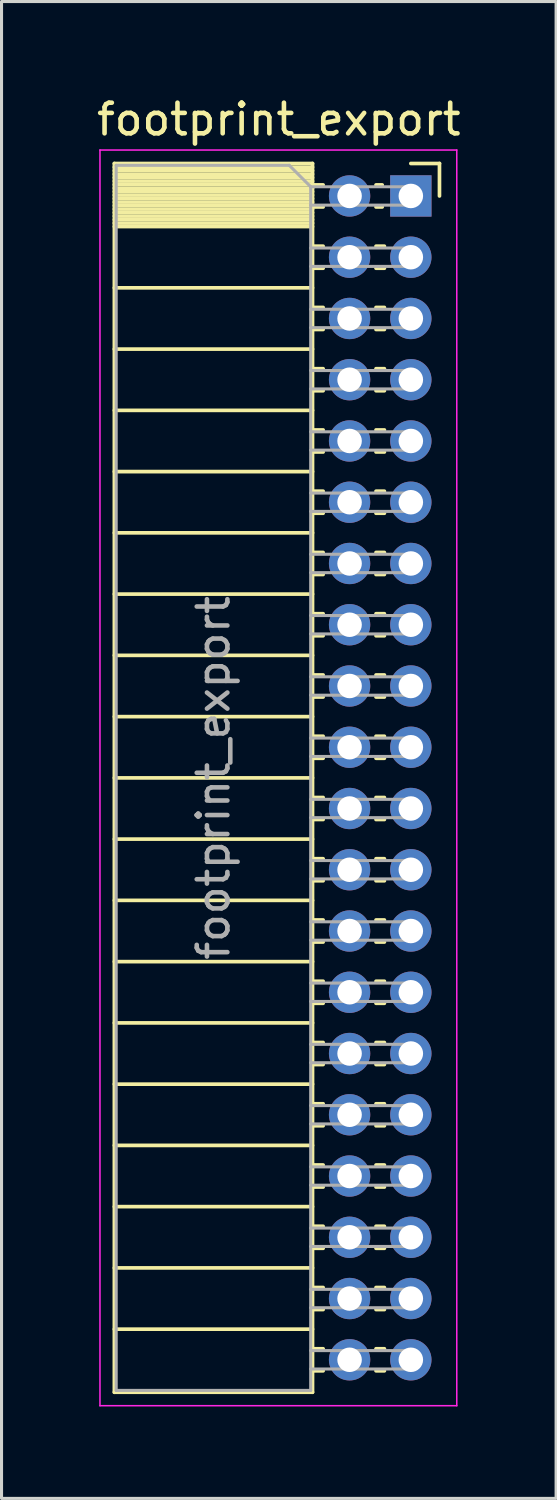
<source format=kicad_pcb>
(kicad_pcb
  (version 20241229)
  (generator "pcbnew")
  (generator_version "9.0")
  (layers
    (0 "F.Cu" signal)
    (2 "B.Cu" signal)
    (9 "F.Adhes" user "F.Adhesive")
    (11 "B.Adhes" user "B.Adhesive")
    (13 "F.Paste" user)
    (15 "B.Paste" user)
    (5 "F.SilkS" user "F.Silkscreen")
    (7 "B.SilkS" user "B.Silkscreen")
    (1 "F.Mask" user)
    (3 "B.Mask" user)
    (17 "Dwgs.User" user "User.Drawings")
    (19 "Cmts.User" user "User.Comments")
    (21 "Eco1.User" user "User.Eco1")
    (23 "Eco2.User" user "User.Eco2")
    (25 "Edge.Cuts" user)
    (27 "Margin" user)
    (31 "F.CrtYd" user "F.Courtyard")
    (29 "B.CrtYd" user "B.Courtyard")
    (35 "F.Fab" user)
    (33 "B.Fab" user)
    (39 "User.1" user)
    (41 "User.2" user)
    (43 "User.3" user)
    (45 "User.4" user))
  (footprint "footprint_export"
    (layer "F.Cu")
    (at 10.364 3.348)
    (property "Reference" "footprint_export" (at -4.31 -2.5 0) (layer "F.SilkS") (effects (font (size 1 1) (thickness 0.15))))
    (attr through_hole)
    (fp_line (start -9.68 -1.06) (end -9.68 39.06) (stroke (width 0.12) (type solid)) (layer "F.SilkS"))
    (fp_line (start -9.68 -1.06) (end -3.21 -1.06) (stroke (width 0.12) (type solid)) (layer "F.SilkS"))
    (fp_line (start -9.68 -0.94) (end -3.21 -0.94) (stroke (width 0.12) (type solid)) (layer "F.SilkS"))
    (fp_line (start -9.68 -0.826) (end -3.21 -0.826) (stroke (width 0.12) (type solid)) (layer "F.SilkS"))
    (fp_line (start -9.68 -0.712) (end -3.21 -0.712) (stroke (width 0.12) (type solid)) (layer "F.SilkS"))
    (fp_line (start -9.68 -0.598) (end -3.21 -0.598) (stroke (width 0.12) (type solid)) (layer "F.SilkS"))
    (fp_line (start -9.68 -0.484) (end -3.21 -0.484) (stroke (width 0.12) (type solid)) (layer "F.SilkS"))
    (fp_line (start -9.68 -0.369) (end -3.21 -0.369) (stroke (width 0.12) (type solid)) (layer "F.SilkS"))
    (fp_line (start -9.68 -0.255) (end -3.21 -0.255) (stroke (width 0.12) (type solid)) (layer "F.SilkS"))
    (fp_line (start -9.68 -0.141) (end -3.21 -0.141) (stroke (width 0.12) (type solid)) (layer "F.SilkS"))
    (fp_line (start -9.68 -0.027) (end -3.21 -0.027) (stroke (width 0.12) (type solid)) (layer "F.SilkS"))
    (fp_line (start -9.68 0.087) (end -3.21 0.087) (stroke (width 0.12) (type solid)) (layer "F.SilkS"))
    (fp_line (start -9.68 0.201) (end -3.21 0.201) (stroke (width 0.12) (type solid)) (layer "F.SilkS"))
    (fp_line (start -9.68 0.315) (end -3.21 0.315) (stroke (width 0.12) (type solid)) (layer "F.SilkS"))
    (fp_line (start -9.68 0.429) (end -3.21 0.429) (stroke (width 0.12) (type solid)) (layer "F.SilkS"))
    (fp_line (start -9.68 0.544) (end -3.21 0.544) (stroke (width 0.12) (type solid)) (layer "F.SilkS"))
    (fp_line (start -9.68 0.658) (end -3.21 0.658) (stroke (width 0.12) (type solid)) (layer "F.SilkS"))
    (fp_line (start -9.68 0.772) (end -3.21 0.772) (stroke (width 0.12) (type solid)) (layer "F.SilkS"))
    (fp_line (start -9.68 0.886) (end -3.21 0.886) (stroke (width 0.12) (type solid)) (layer "F.SilkS"))
    (fp_line (start -9.68 1) (end -3.21 1) (stroke (width 0.12) (type solid)) (layer "F.SilkS"))
    (fp_line (start -9.68 3) (end -3.21 3) (stroke (width 0.12) (type solid)) (layer "F.SilkS"))
    (fp_line (start -9.68 5) (end -3.21 5) (stroke (width 0.12) (type solid)) (layer "F.SilkS"))
    (fp_line (start -9.68 7) (end -3.21 7) (stroke (width 0.12) (type solid)) (layer "F.SilkS"))
    (fp_line (start -9.68 9) (end -3.21 9) (stroke (width 0.12) (type solid)) (layer "F.SilkS"))
    (fp_line (start -9.68 11) (end -3.21 11) (stroke (width 0.12) (type solid)) (layer "F.SilkS"))
    (fp_line (start -9.68 13) (end -3.21 13) (stroke (width 0.12) (type solid)) (layer "F.SilkS"))
    (fp_line (start -9.68 15) (end -3.21 15) (stroke (width 0.12) (type solid)) (layer "F.SilkS"))
    (fp_line (start -9.68 17) (end -3.21 17) (stroke (width 0.12) (type solid)) (layer "F.SilkS"))
    (fp_line (start -9.68 19) (end -3.21 19) (stroke (width 0.12) (type solid)) (layer "F.SilkS"))
    (fp_line (start -9.68 21) (end -3.21 21) (stroke (width 0.12) (type solid)) (layer "F.SilkS"))
    (fp_line (start -9.68 23) (end -3.21 23) (stroke (width 0.12) (type solid)) (layer "F.SilkS"))
    (fp_line (start -9.68 25) (end -3.21 25) (stroke (width 0.12) (type solid)) (layer "F.SilkS"))
    (fp_line (start -9.68 27) (end -3.21 27) (stroke (width 0.12) (type solid)) (layer "F.SilkS"))
    (fp_line (start -9.68 29) (end -3.21 29) (stroke (width 0.12) (type solid)) (layer "F.SilkS"))
    (fp_line (start -9.68 31) (end -3.21 31) (stroke (width 0.12) (type solid)) (layer "F.SilkS"))
    (fp_line (start -9.68 33) (end -3.21 33) (stroke (width 0.12) (type solid)) (layer "F.SilkS"))
    (fp_line (start -9.68 35) (end -3.21 35) (stroke (width 0.12) (type solid)) (layer "F.SilkS"))
    (fp_line (start -9.68 37) (end -3.21 37) (stroke (width 0.12) (type solid)) (layer "F.SilkS"))
    (fp_line (start -9.68 39.06) (end -3.21 39.06) (stroke (width 0.12) (type solid)) (layer "F.SilkS"))
    (fp_line (start -3.21 -1.06) (end -3.21 39.06) (stroke (width 0.12) (type solid)) (layer "F.SilkS"))
    (fp_line (start -3.21 -0.36) (end -2.863 -0.36) (stroke (width 0.12) (type solid)) (layer "F.SilkS"))
    (fp_line (start -3.21 0.36) (end -2.863 0.36) (stroke (width 0.12) (type solid)) (layer "F.SilkS"))
    (fp_line (start -3.21 1.64) (end -2.863 1.64) (stroke (width 0.12) (type solid)) (layer "F.SilkS"))
    (fp_line (start -3.21 2.36) (end -2.863 2.36) (stroke (width 0.12) (type solid)) (layer "F.SilkS"))
    (fp_line (start -3.21 3.64) (end -2.863 3.64) (stroke (width 0.12) (type solid)) (layer "F.SilkS"))
    (fp_line (start -3.21 4.36) (end -2.863 4.36) (stroke (width 0.12) (type solid)) (layer "F.SilkS"))
    (fp_line (start -3.21 5.64) (end -2.863 5.64) (stroke (width 0.12) (type solid)) (layer "F.SilkS"))
    (fp_line (start -3.21 6.36) (end -2.863 6.36) (stroke (width 0.12) (type solid)) (layer "F.SilkS"))
    (fp_line (start -3.21 7.64) (end -2.863 7.64) (stroke (width 0.12) (type solid)) (layer "F.SilkS"))
    (fp_line (start -3.21 8.36) (end -2.863 8.36) (stroke (width 0.12) (type solid)) (layer "F.SilkS"))
    (fp_line (start -3.21 9.64) (end -2.863 9.64) (stroke (width 0.12) (type solid)) (layer "F.SilkS"))
    (fp_line (start -3.21 10.36) (end -2.863 10.36) (stroke (width 0.12) (type solid)) (layer "F.SilkS"))
    (fp_line (start -3.21 11.64) (end -2.863 11.64) (stroke (width 0.12) (type solid)) (layer "F.SilkS"))
    (fp_line (start -3.21 12.36) (end -2.863 12.36) (stroke (width 0.12) (type solid)) (layer "F.SilkS"))
    (fp_line (start -3.21 13.64) (end -2.863 13.64) (stroke (width 0.12) (type solid)) (layer "F.SilkS"))
    (fp_line (start -3.21 14.36) (end -2.863 14.36) (stroke (width 0.12) (type solid)) (layer "F.SilkS"))
    (fp_line (start -3.21 15.64) (end -2.863 15.64) (stroke (width 0.12) (type solid)) (layer "F.SilkS"))
    (fp_line (start -3.21 16.36) (end -2.863 16.36) (stroke (width 0.12) (type solid)) (layer "F.SilkS"))
    (fp_line (start -3.21 17.64) (end -2.863 17.64) (stroke (width 0.12) (type solid)) (layer "F.SilkS"))
    (fp_line (start -3.21 18.36) (end -2.863 18.36) (stroke (width 0.12) (type solid)) (layer "F.SilkS"))
    (fp_line (start -3.21 19.64) (end -2.863 19.64) (stroke (width 0.12) (type solid)) (layer "F.SilkS"))
    (fp_line (start -3.21 20.36) (end -2.863 20.36) (stroke (width 0.12) (type solid)) (layer "F.SilkS"))
    (fp_line (start -3.21 21.64) (end -2.863 21.64) (stroke (width 0.12) (type solid)) (layer "F.SilkS"))
    (fp_line (start -3.21 22.36) (end -2.863 22.36) (stroke (width 0.12) (type solid)) (layer "F.SilkS"))
    (fp_line (start -3.21 23.64) (end -2.863 23.64) (stroke (width 0.12) (type solid)) (layer "F.SilkS"))
    (fp_line (start -3.21 24.36) (end -2.863 24.36) (stroke (width 0.12) (type solid)) (layer "F.SilkS"))
    (fp_line (start -3.21 25.64) (end -2.863 25.64) (stroke (width 0.12) (type solid)) (layer "F.SilkS"))
    (fp_line (start -3.21 26.36) (end -2.863 26.36) (stroke (width 0.12) (type solid)) (layer "F.SilkS"))
    (fp_line (start -3.21 27.64) (end -2.863 27.64) (stroke (width 0.12) (type solid)) (layer "F.SilkS"))
    (fp_line (start -3.21 28.36) (end -2.863 28.36) (stroke (width 0.12) (type solid)) (layer "F.SilkS"))
    (fp_line (start -3.21 29.64) (end -2.863 29.64) (stroke (width 0.12) (type solid)) (layer "F.SilkS"))
    (fp_line (start -3.21 30.36) (end -2.863 30.36) (stroke (width 0.12) (type solid)) (layer "F.SilkS"))
    (fp_line (start -3.21 31.64) (end -2.863 31.64) (stroke (width 0.12) (type solid)) (layer "F.SilkS"))
    (fp_line (start -3.21 32.36) (end -2.863 32.36) (stroke (width 0.12) (type solid)) (layer "F.SilkS"))
    (fp_line (start -3.21 33.64) (end -2.863 33.64) (stroke (width 0.12) (type solid)) (layer "F.SilkS"))
    (fp_line (start -3.21 34.36) (end -2.863 34.36) (stroke (width 0.12) (type solid)) (layer "F.SilkS"))
    (fp_line (start -3.21 35.64) (end -2.863 35.64) (stroke (width 0.12) (type solid)) (layer "F.SilkS"))
    (fp_line (start -3.21 36.36) (end -2.863 36.36) (stroke (width 0.12) (type solid)) (layer "F.SilkS"))
    (fp_line (start -3.21 37.64) (end -2.863 37.64) (stroke (width 0.12) (type solid)) (layer "F.SilkS"))
    (fp_line (start -3.21 38.36) (end -2.863 38.36) (stroke (width 0.12) (type solid)) (layer "F.SilkS"))
    (fp_line (start -1.137 -0.36) (end -0.935 -0.36) (stroke (width 0.12) (type solid)) (layer "F.SilkS"))
    (fp_line (start -1.137 0.36) (end -0.935 0.36) (stroke (width 0.12) (type solid)) (layer "F.SilkS"))
    (fp_line (start -1.137 1.64) (end -0.863 1.64) (stroke (width 0.12) (type solid)) (layer "F.SilkS"))
    (fp_line (start -1.137 2.36) (end -0.863 2.36) (stroke (width 0.12) (type solid)) (layer "F.SilkS"))
    (fp_line (start -1.137 3.64) (end -0.863 3.64) (stroke (width 0.12) (type solid)) (layer "F.SilkS"))
    (fp_line (start -1.137 4.36) (end -0.863 4.36) (stroke (width 0.12) (type solid)) (layer "F.SilkS"))
    (fp_line (start -1.137 5.64) (end -0.863 5.64) (stroke (width 0.12) (type solid)) (layer "F.SilkS"))
    (fp_line (start -1.137 6.36) (end -0.863 6.36) (stroke (width 0.12) (type solid)) (layer "F.SilkS"))
    (fp_line (start -1.137 7.64) (end -0.863 7.64) (stroke (width 0.12) (type solid)) (layer "F.SilkS"))
    (fp_line (start -1.137 8.36) (end -0.863 8.36) (stroke (width 0.12) (type solid)) (layer "F.SilkS"))
    (fp_line (start -1.137 9.64) (end -0.863 9.64) (stroke (width 0.12) (type solid)) (layer "F.SilkS"))
    (fp_line (start -1.137 10.36) (end -0.863 10.36) (stroke (width 0.12) (type solid)) (layer "F.SilkS"))
    (fp_line (start -1.137 11.64) (end -0.863 11.64) (stroke (width 0.12) (type solid)) (layer "F.SilkS"))
    (fp_line (start -1.137 12.36) (end -0.863 12.36) (stroke (width 0.12) (type solid)) (layer "F.SilkS"))
    (fp_line (start -1.137 13.64) (end -0.863 13.64) (stroke (width 0.12) (type solid)) (layer "F.SilkS"))
    (fp_line (start -1.137 14.36) (end -0.863 14.36) (stroke (width 0.12) (type solid)) (layer "F.SilkS"))
    (fp_line (start -1.137 15.64) (end -0.863 15.64) (stroke (width 0.12) (type solid)) (layer "F.SilkS"))
    (fp_line (start -1.137 16.36) (end -0.863 16.36) (stroke (width 0.12) (type solid)) (layer "F.SilkS"))
    (fp_line (start -1.137 17.64) (end -0.863 17.64) (stroke (width 0.12) (type solid)) (layer "F.SilkS"))
    (fp_line (start -1.137 18.36) (end -0.863 18.36) (stroke (width 0.12) (type solid)) (layer "F.SilkS"))
    (fp_line (start -1.137 19.64) (end -0.863 19.64) (stroke (width 0.12) (type solid)) (layer "F.SilkS"))
    (fp_line (start -1.137 20.36) (end -0.863 20.36) (stroke (width 0.12) (type solid)) (layer "F.SilkS"))
    (fp_line (start -1.137 21.64) (end -0.863 21.64) (stroke (width 0.12) (type solid)) (layer "F.SilkS"))
    (fp_line (start -1.137 22.36) (end -0.863 22.36) (stroke (width 0.12) (type solid)) (layer "F.SilkS"))
    (fp_line (start -1.137 23.64) (end -0.863 23.64) (stroke (width 0.12) (type solid)) (layer "F.SilkS"))
    (fp_line (start -1.137 24.36) (end -0.863 24.36) (stroke (width 0.12) (type solid)) (layer "F.SilkS"))
    (fp_line (start -1.137 25.64) (end -0.863 25.64) (stroke (width 0.12) (type solid)) (layer "F.SilkS"))
    (fp_line (start -1.137 26.36) (end -0.863 26.36) (stroke (width 0.12) (type solid)) (layer "F.SilkS"))
    (fp_line (start -1.137 27.64) (end -0.863 27.64) (stroke (width 0.12) (type solid)) (layer "F.SilkS"))
    (fp_line (start -1.137 28.36) (end -0.863 28.36) (stroke (width 0.12) (type solid)) (layer "F.SilkS"))
    (fp_line (start -1.137 29.64) (end -0.863 29.64) (stroke (width 0.12) (type solid)) (layer "F.SilkS"))
    (fp_line (start -1.137 30.36) (end -0.863 30.36) (stroke (width 0.12) (type solid)) (layer "F.SilkS"))
    (fp_line (start -1.137 31.64) (end -0.863 31.64) (stroke (width 0.12) (type solid)) (layer "F.SilkS"))
    (fp_line (start -1.137 32.36) (end -0.863 32.36) (stroke (width 0.12) (type solid)) (layer "F.SilkS"))
    (fp_line (start -1.137 33.64) (end -0.863 33.64) (stroke (width 0.12) (type solid)) (layer "F.SilkS"))
    (fp_line (start -1.137 34.36) (end -0.863 34.36) (stroke (width 0.12) (type solid)) (layer "F.SilkS"))
    (fp_line (start -1.137 35.64) (end -0.863 35.64) (stroke (width 0.12) (type solid)) (layer "F.SilkS"))
    (fp_line (start -1.137 36.36) (end -0.863 36.36) (stroke (width 0.12) (type solid)) (layer "F.SilkS"))
    (fp_line (start -1.137 37.64) (end -0.863 37.64) (stroke (width 0.12) (type solid)) (layer "F.SilkS"))
    (fp_line (start -1.137 38.36) (end -0.863 38.36) (stroke (width 0.12) (type solid)) (layer "F.SilkS"))
    (fp_line (start 0 -1.06) (end 0.935 -1.06) (stroke (width 0.12) (type solid)) (layer "F.SilkS"))
    (fp_line (start 0.935 -1.06) (end 0.935 0) (stroke (width 0.12) (type solid)) (layer "F.SilkS"))
    (fp_line (start -10.15 -1.5) (end -10.15 39.5) (stroke (width 0.05) (type solid)) (layer "F.CrtYd"))
    (fp_line (start -10.15 39.5) (end 1.5 39.5) (stroke (width 0.05) (type solid)) (layer "F.CrtYd"))
    (fp_line (start 1.5 -1.5) (end -10.15 -1.5) (stroke (width 0.05) (type solid)) (layer "F.CrtYd"))
    (fp_line (start 1.5 39.5) (end 1.5 -1.5) (stroke (width 0.05) (type solid)) (layer "F.CrtYd"))
    (fp_line (start -9.62 -1) (end -3.97 -1) (stroke (width 0.1) (type solid)) (layer "F.Fab"))
    (fp_line (start -9.62 39) (end -9.62 -1) (stroke (width 0.1) (type solid)) (layer "F.Fab"))
    (fp_line (start -3.97 -1) (end -3.27 -0.3) (stroke (width 0.1) (type solid)) (layer "F.Fab"))
    (fp_line (start -3.27 -0.3) (end -3.27 39) (stroke (width 0.1) (type solid)) (layer "F.Fab"))
    (fp_line (start -3.27 0.3) (end 0 0.3) (stroke (width 0.1) (type solid)) (layer "F.Fab"))
    (fp_line (start -3.27 2.3) (end 0 2.3) (stroke (width 0.1) (type solid)) (layer "F.Fab"))
    (fp_line (start -3.27 4.3) (end 0 4.3) (stroke (width 0.1) (type solid)) (layer "F.Fab"))
    (fp_line (start -3.27 6.3) (end 0 6.3) (stroke (width 0.1) (type solid)) (layer "F.Fab"))
    (fp_line (start -3.27 8.3) (end 0 8.3) (stroke (width 0.1) (type solid)) (layer "F.Fab"))
    (fp_line (start -3.27 10.3) (end 0 10.3) (stroke (width 0.1) (type solid)) (layer "F.Fab"))
    (fp_line (start -3.27 12.3) (end 0 12.3) (stroke (width 0.1) (type solid)) (layer "F.Fab"))
    (fp_line (start -3.27 14.3) (end 0 14.3) (stroke (width 0.1) (type solid)) (layer "F.Fab"))
    (fp_line (start -3.27 16.3) (end 0 16.3) (stroke (width 0.1) (type solid)) (layer "F.Fab"))
    (fp_line (start -3.27 18.3) (end 0 18.3) (stroke (width 0.1) (type solid)) (layer "F.Fab"))
    (fp_line (start -3.27 20.3) (end 0 20.3) (stroke (width 0.1) (type solid)) (layer "F.Fab"))
    (fp_line (start -3.27 22.3) (end 0 22.3) (stroke (width 0.1) (type solid)) (layer "F.Fab"))
    (fp_line (start -3.27 24.3) (end 0 24.3) (stroke (width 0.1) (type solid)) (layer "F.Fab"))
    (fp_line (start -3.27 26.3) (end 0 26.3) (stroke (width 0.1) (type solid)) (layer "F.Fab"))
    (fp_line (start -3.27 28.3) (end 0 28.3) (stroke (width 0.1) (type solid)) (layer "F.Fab"))
    (fp_line (start -3.27 30.3) (end 0 30.3) (stroke (width 0.1) (type solid)) (layer "F.Fab"))
    (fp_line (start -3.27 32.3) (end 0 32.3) (stroke (width 0.1) (type solid)) (layer "F.Fab"))
    (fp_line (start -3.27 34.3) (end 0 34.3) (stroke (width 0.1) (type solid)) (layer "F.Fab"))
    (fp_line (start -3.27 36.3) (end 0 36.3) (stroke (width 0.1) (type solid)) (layer "F.Fab"))
    (fp_line (start -3.27 38.3) (end 0 38.3) (stroke (width 0.1) (type solid)) (layer "F.Fab"))
    (fp_line (start -3.27 39) (end -9.62 39) (stroke (width 0.1) (type solid)) (layer "F.Fab"))
    (fp_line (start 0 -0.3) (end -3.27 -0.3) (stroke (width 0.1) (type solid)) (layer "F.Fab"))
    (fp_line (start 0 0.3) (end 0 -0.3) (stroke (width 0.1) (type solid)) (layer "F.Fab"))
    (fp_line (start 0 1.7) (end -3.27 1.7) (stroke (width 0.1) (type solid)) (layer "F.Fab"))
    (fp_line (start 0 2.3) (end 0 1.7) (stroke (width 0.1) (type solid)) (layer "F.Fab"))
    (fp_line (start 0 3.7) (end -3.27 3.7) (stroke (width 0.1) (type solid)) (layer "F.Fab"))
    (fp_line (start 0 4.3) (end 0 3.7) (stroke (width 0.1) (type solid)) (layer "F.Fab"))
    (fp_line (start 0 5.7) (end -3.27 5.7) (stroke (width 0.1) (type solid)) (layer "F.Fab"))
    (fp_line (start 0 6.3) (end 0 5.7) (stroke (width 0.1) (type solid)) (layer "F.Fab"))
    (fp_line (start 0 7.7) (end -3.27 7.7) (stroke (width 0.1) (type solid)) (layer "F.Fab"))
    (fp_line (start 0 8.3) (end 0 7.7) (stroke (width 0.1) (type solid)) (layer "F.Fab"))
    (fp_line (start 0 9.7) (end -3.27 9.7) (stroke (width 0.1) (type solid)) (layer "F.Fab"))
    (fp_line (start 0 10.3) (end 0 9.7) (stroke (width 0.1) (type solid)) (layer "F.Fab"))
    (fp_line (start 0 11.7) (end -3.27 11.7) (stroke (width 0.1) (type solid)) (layer "F.Fab"))
    (fp_line (start 0 12.3) (end 0 11.7) (stroke (width 0.1) (type solid)) (layer "F.Fab"))
    (fp_line (start 0 13.7) (end -3.27 13.7) (stroke (width 0.1) (type solid)) (layer "F.Fab"))
    (fp_line (start 0 14.3) (end 0 13.7) (stroke (width 0.1) (type solid)) (layer "F.Fab"))
    (fp_line (start 0 15.7) (end -3.27 15.7) (stroke (width 0.1) (type solid)) (layer "F.Fab"))
    (fp_line (start 0 16.3) (end 0 15.7) (stroke (width 0.1) (type solid)) (layer "F.Fab"))
    (fp_line (start 0 17.7) (end -3.27 17.7) (stroke (width 0.1) (type solid)) (layer "F.Fab"))
    (fp_line (start 0 18.3) (end 0 17.7) (stroke (width 0.1) (type solid)) (layer "F.Fab"))
    (fp_line (start 0 19.7) (end -3.27 19.7) (stroke (width 0.1) (type solid)) (layer "F.Fab"))
    (fp_line (start 0 20.3) (end 0 19.7) (stroke (width 0.1) (type solid)) (layer "F.Fab"))
    (fp_line (start 0 21.7) (end -3.27 21.7) (stroke (width 0.1) (type solid)) (layer "F.Fab"))
    (fp_line (start 0 22.3) (end 0 21.7) (stroke (width 0.1) (type solid)) (layer "F.Fab"))
    (fp_line (start 0 23.7) (end -3.27 23.7) (stroke (width 0.1) (type solid)) (layer "F.Fab"))
    (fp_line (start 0 24.3) (end 0 23.7) (stroke (width 0.1) (type solid)) (layer "F.Fab"))
    (fp_line (start 0 25.7) (end -3.27 25.7) (stroke (width 0.1) (type solid)) (layer "F.Fab"))
    (fp_line (start 0 26.3) (end 0 25.7) (stroke (width 0.1) (type solid)) (layer "F.Fab"))
    (fp_line (start 0 27.7) (end -3.27 27.7) (stroke (width 0.1) (type solid)) (layer "F.Fab"))
    (fp_line (start 0 28.3) (end 0 27.7) (stroke (width 0.1) (type solid)) (layer "F.Fab"))
    (fp_line (start 0 29.7) (end -3.27 29.7) (stroke (width 0.1) (type solid)) (layer "F.Fab"))
    (fp_line (start 0 30.3) (end 0 29.7) (stroke (width 0.1) (type solid)) (layer "F.Fab"))
    (fp_line (start 0 31.7) (end -3.27 31.7) (stroke (width 0.1) (type solid)) (layer "F.Fab"))
    (fp_line (start 0 32.3) (end 0 31.7) (stroke (width 0.1) (type solid)) (layer "F.Fab"))
    (fp_line (start 0 33.7) (end -3.27 33.7) (stroke (width 0.1) (type solid)) (layer "F.Fab"))
    (fp_line (start 0 34.3) (end 0 33.7) (stroke (width 0.1) (type solid)) (layer "F.Fab"))
    (fp_line (start 0 35.7) (end -3.27 35.7) (stroke (width 0.1) (type solid)) (layer "F.Fab"))
    (fp_line (start 0 36.3) (end 0 35.7) (stroke (width 0.1) (type solid)) (layer "F.Fab"))
    (fp_line (start 0 37.7) (end -3.27 37.7) (stroke (width 0.1) (type solid)) (layer "F.Fab"))
    (fp_line (start 0 38.3) (end 0 37.7) (stroke (width 0.1) (type solid)) (layer "F.Fab"))
    (fp_text user "${REFERENCE}" (at -6.445 19 90) (layer "F.Fab") (effects (font (size 1 1) (thickness 0.15))))
    (pad "1" thru_hole rect (at 0 0) (size 1.35 1.35) (drill 0.8) (layers "*.Cu" "*.Mask"))
    (pad "2" thru_hole oval (at -2 0) (size 1.35 1.35) (drill 0.8) (layers "*.Cu" "*.Mask"))
    (pad "3" thru_hole oval (at 0 2) (size 1.35 1.35) (drill 0.8) (layers "*.Cu" "*.Mask"))
    (pad "4" thru_hole oval (at -2 2) (size 1.35 1.35) (drill 0.8) (layers "*.Cu" "*.Mask"))
    (pad "5" thru_hole oval (at 0 4) (size 1.35 1.35) (drill 0.8) (layers "*.Cu" "*.Mask"))
    (pad "6" thru_hole oval (at -2 4) (size 1.35 1.35) (drill 0.8) (layers "*.Cu" "*.Mask"))
    (pad "7" thru_hole oval (at 0 6) (size 1.35 1.35) (drill 0.8) (layers "*.Cu" "*.Mask"))
    (pad "8" thru_hole oval (at -2 6) (size 1.35 1.35) (drill 0.8) (layers "*.Cu" "*.Mask"))
    (pad "9" thru_hole oval (at 0 8) (size 1.35 1.35) (drill 0.8) (layers "*.Cu" "*.Mask"))
    (pad "10" thru_hole oval (at -2 8) (size 1.35 1.35) (drill 0.8) (layers "*.Cu" "*.Mask"))
    (pad "11" thru_hole oval (at 0 10) (size 1.35 1.35) (drill 0.8) (layers "*.Cu" "*.Mask"))
    (pad "12" thru_hole oval (at -2 10) (size 1.35 1.35) (drill 0.8) (layers "*.Cu" "*.Mask"))
    (pad "13" thru_hole oval (at 0 12) (size 1.35 1.35) (drill 0.8) (layers "*.Cu" "*.Mask"))
    (pad "14" thru_hole oval (at -2 12) (size 1.35 1.35) (drill 0.8) (layers "*.Cu" "*.Mask"))
    (pad "15" thru_hole oval (at 0 14) (size 1.35 1.35) (drill 0.8) (layers "*.Cu" "*.Mask"))
    (pad "16" thru_hole oval (at -2 14) (size 1.35 1.35) (drill 0.8) (layers "*.Cu" "*.Mask"))
    (pad "17" thru_hole oval (at 0 16) (size 1.35 1.35) (drill 0.8) (layers "*.Cu" "*.Mask"))
    (pad "18" thru_hole oval (at -2 16) (size 1.35 1.35) (drill 0.8) (layers "*.Cu" "*.Mask"))
    (pad "19" thru_hole oval (at 0 18) (size 1.35 1.35) (drill 0.8) (layers "*.Cu" "*.Mask"))
    (pad "20" thru_hole oval (at -2 18) (size 1.35 1.35) (drill 0.8) (layers "*.Cu" "*.Mask"))
    (pad "21" thru_hole oval (at 0 20) (size 1.35 1.35) (drill 0.8) (layers "*.Cu" "*.Mask"))
    (pad "22" thru_hole oval (at -2 20) (size 1.35 1.35) (drill 0.8) (layers "*.Cu" "*.Mask"))
    (pad "23" thru_hole oval (at 0 22) (size 1.35 1.35) (drill 0.8) (layers "*.Cu" "*.Mask"))
    (pad "24" thru_hole oval (at -2 22) (size 1.35 1.35) (drill 0.8) (layers "*.Cu" "*.Mask"))
    (pad "25" thru_hole oval (at 0 24) (size 1.35 1.35) (drill 0.8) (layers "*.Cu" "*.Mask"))
    (pad "26" thru_hole oval (at -2 24) (size 1.35 1.35) (drill 0.8) (layers "*.Cu" "*.Mask"))
    (pad "27" thru_hole oval (at 0 26) (size 1.35 1.35) (drill 0.8) (layers "*.Cu" "*.Mask"))
    (pad "28" thru_hole oval (at -2 26) (size 1.35 1.35) (drill 0.8) (layers "*.Cu" "*.Mask"))
    (pad "29" thru_hole oval (at 0 28) (size 1.35 1.35) (drill 0.8) (layers "*.Cu" "*.Mask"))
    (pad "30" thru_hole oval (at -2 28) (size 1.35 1.35) (drill 0.8) (layers "*.Cu" "*.Mask"))
    (pad "31" thru_hole oval (at 0 30) (size 1.35 1.35) (drill 0.8) (layers "*.Cu" "*.Mask"))
    (pad "32" thru_hole oval (at -2 30) (size 1.35 1.35) (drill 0.8) (layers "*.Cu" "*.Mask"))
    (pad "33" thru_hole oval (at 0 32) (size 1.35 1.35) (drill 0.8) (layers "*.Cu" "*.Mask"))
    (pad "34" thru_hole oval (at -2 32) (size 1.35 1.35) (drill 0.8) (layers "*.Cu" "*.Mask"))
    (pad "35" thru_hole oval (at 0 34) (size 1.35 1.35) (drill 0.8) (layers "*.Cu" "*.Mask"))
    (pad "36" thru_hole oval (at -2 34) (size 1.35 1.35) (drill 0.8) (layers "*.Cu" "*.Mask"))
    (pad "37" thru_hole oval (at 0 36) (size 1.35 1.35) (drill 0.8) (layers "*.Cu" "*.Mask"))
    (pad "38" thru_hole oval (at -2 36) (size 1.35 1.35) (drill 0.8) (layers "*.Cu" "*.Mask"))
    (pad "39" thru_hole oval (at 0 38) (size 1.35 1.35) (drill 0.8) (layers "*.Cu" "*.Mask"))
    (pad "40" thru_hole oval (at -2 38) (size 1.35 1.35) (drill 0.8) (layers "*.Cu" "*.Mask")))
  (gr_rect
    (start -3 -3)
    (end 15.107 45.873)
    (stroke (width 0.1) (type default))
    (fill no)
    (layer "Edge.Cuts")))
</source>
